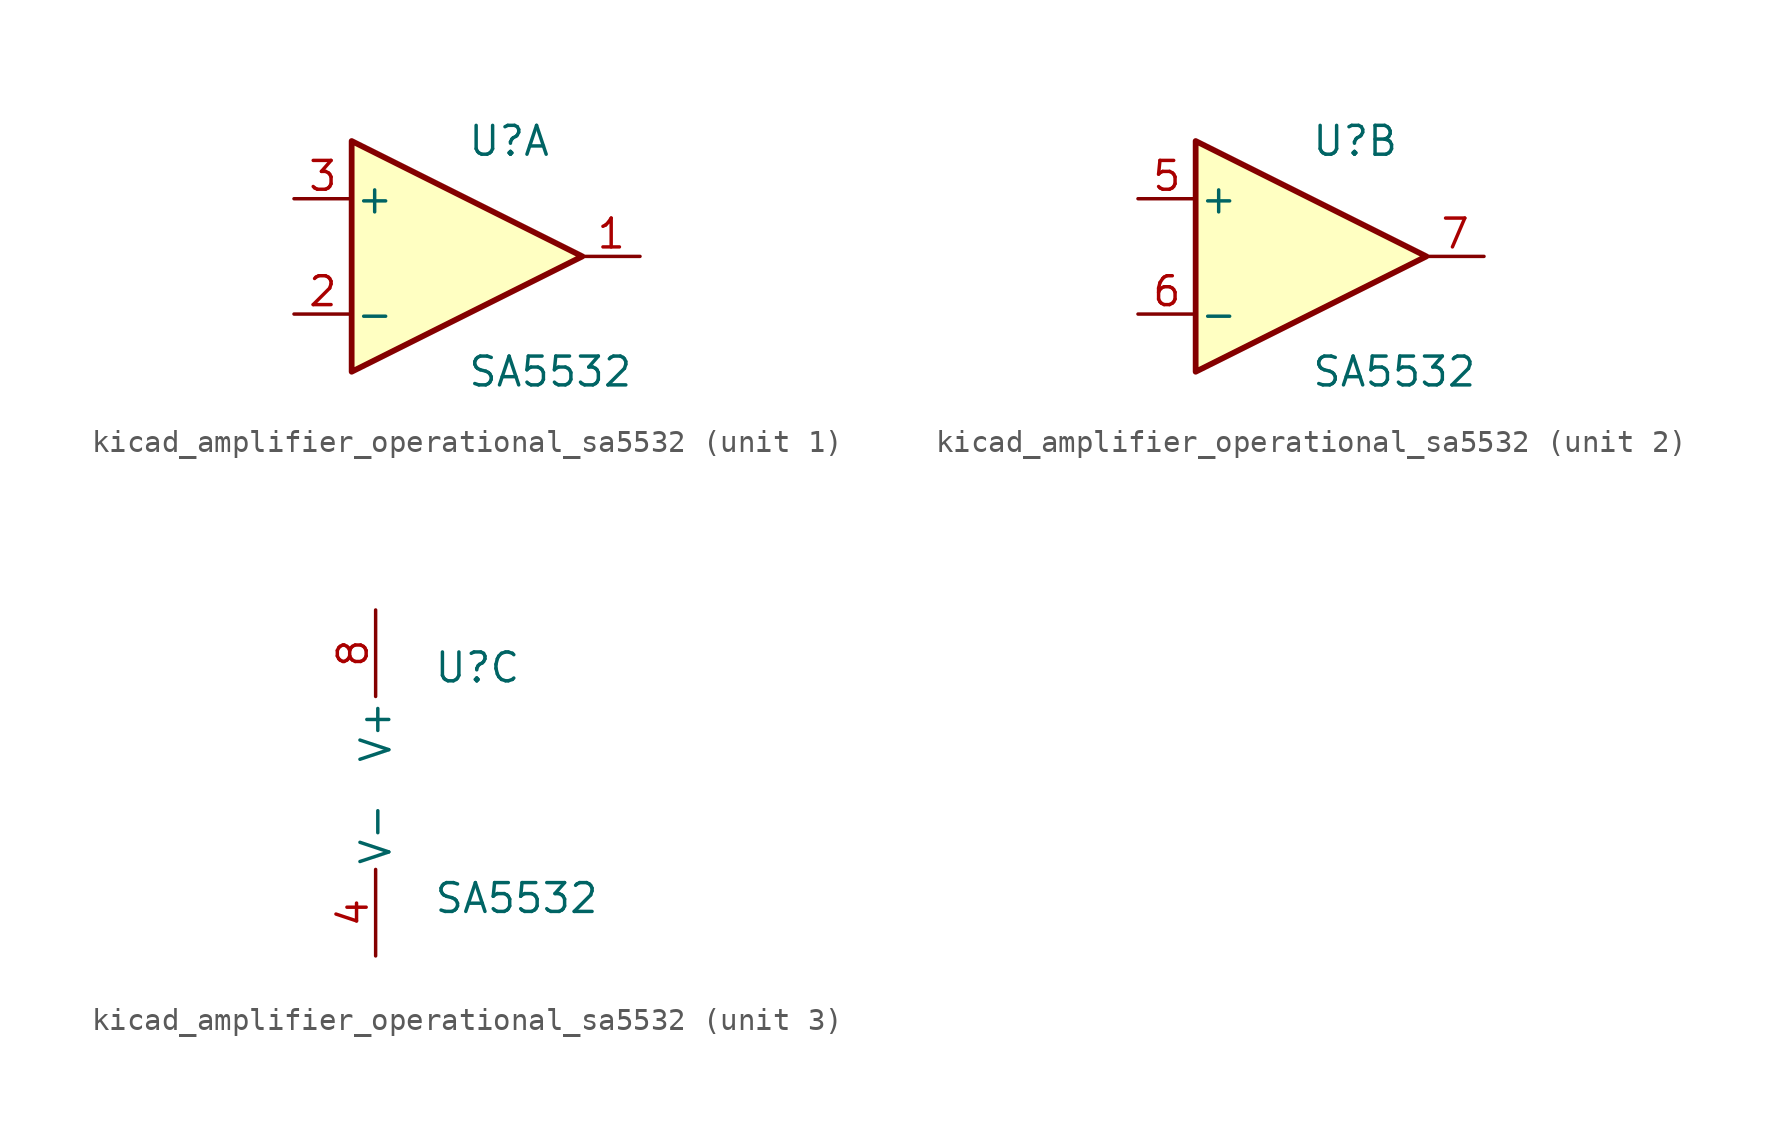
<source format=kicad_sym>
(kicad_symbol_lib
  (version 20220914)
  (generator kicad_symbol_editor)
  (symbol "kicad_amplifier_operational_sa5532"
    (pin_names
      (offset 0.127))
    (property "Reference" "U"
      (at 0 5.08 0)
      (effects (font (size 1.27 1.27)) (justify left)))
    (property "Value" "SA5532"
      (at 0 -5.08 0)
      (effects (font (size 1.27 1.27)) (justify left)))
    (property "ki_locked" ""
      (at 0 0 0)
      (effects (font (size 1.27 1.27))))
    (symbol "kicad_amplifier_operational_sa5532_1_1"
      (polyline (pts (xy -5.08 5.08) (xy 5.08 0) (xy -5.08 -5.08) (xy -5.08 5.08)) (stroke (width 0.254) (type default)) (fill (type background)))
      (pin output line (at 7.62 0 180) (length 2.54) (name "~" (effects (font (size 1.27 1.27)))) (number "1" (effects (font (size 1.27 1.27)))))
      (pin input line (at -7.62 -2.54 0) (length 2.54) (name "-" (effects (font (size 1.27 1.27)))) (number "2" (effects (font (size 1.27 1.27)))))
      (pin input line (at -7.62 2.54 0) (length 2.54) (name "+" (effects (font (size 1.27 1.27)))) (number "3" (effects (font (size 1.27 1.27))))))
    (symbol "kicad_amplifier_operational_sa5532_2_1"
      (polyline (pts (xy -5.08 5.08) (xy 5.08 0) (xy -5.08 -5.08) (xy -5.08 5.08)) (stroke (width 0.254) (type default)) (fill (type background)))
      (pin input line (at -7.62 2.54 0) (length 2.54) (name "+" (effects (font (size 1.27 1.27)))) (number "5" (effects (font (size 1.27 1.27)))))
      (pin input line (at -7.62 -2.54 0) (length 2.54) (name "-" (effects (font (size 1.27 1.27)))) (number "6" (effects (font (size 1.27 1.27)))))
      (pin output line (at 7.62 0 180) (length 2.54) (name "~" (effects (font (size 1.27 1.27)))) (number "7" (effects (font (size 1.27 1.27))))))
    (symbol "kicad_amplifier_operational_sa5532_3_1"
      (pin power_in line (at -2.54 -7.62 90) (length 3.81) (name "V-" (effects (font (size 1.27 1.27)))) (number "4" (effects (font (size 1.27 1.27)))))
      (pin power_in line (at -2.54 7.62 270) (length 3.81) (name "V+" (effects (font (size 1.27 1.27)))) (number "8" (effects (font (size 1.27 1.27))))))))
</source>
